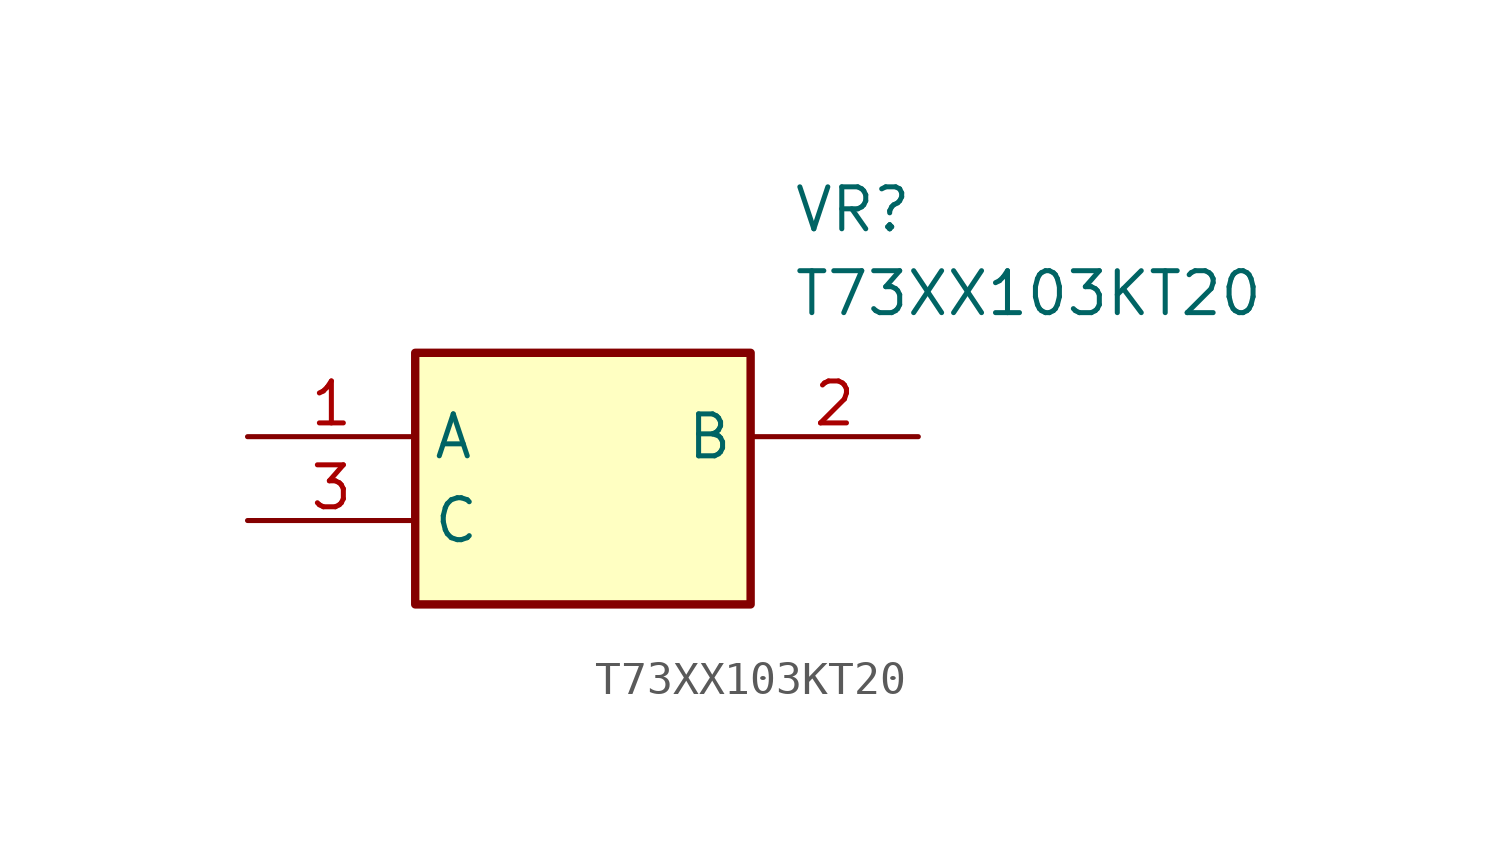
<source format=kicad_sym>
(kicad_symbol_lib
  (version 20211014)
  (generator SamacSys_ECAD_Model)
  (symbol "T73XX103KT20"
    (property "Reference" "VR"
      (at 16.51 7.62 0)
      (effects (font (size 1.27 1.27)) (justify left top)))
    (property "Value" "T73XX103KT20"
      (at 16.51 5.08 0)
      (effects (font (size 1.27 1.27)) (justify left top)))
    (rectangle
      (start 5.08 2.54)
      (end 15.24 -5.08)
      (stroke (width 0.254) (type default))
      (fill (type background)))
    (pin passive line
      (at 0 0 0)
      (length 5.08)
      (name "A" (effects (font (size 1.27 1.27))))
      (number "1" (effects (font (size 1.27 1.27)))))
    (pin passive line
      (at 20.32 0 180)
      (length 5.08)
      (name "B" (effects (font (size 1.27 1.27))))
      (number "2" (effects (font (size 1.27 1.27)))))
    (pin passive line
      (at 0 -2.54 0)
      (length 5.08)
      (name "C" (effects (font (size 1.27 1.27))))
      (number "3" (effects (font (size 1.27 1.27)))))))
</source>
